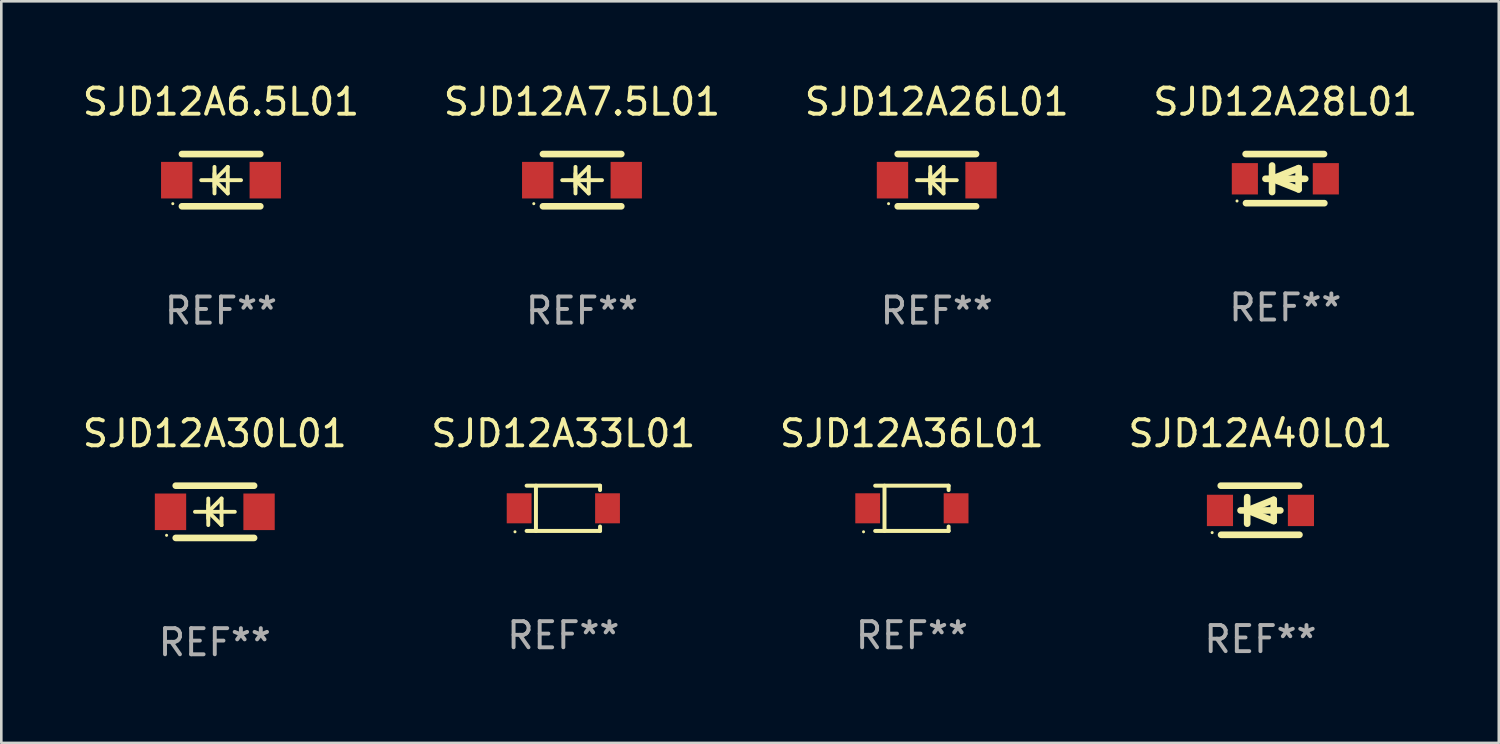
<source format=kicad_pcb>
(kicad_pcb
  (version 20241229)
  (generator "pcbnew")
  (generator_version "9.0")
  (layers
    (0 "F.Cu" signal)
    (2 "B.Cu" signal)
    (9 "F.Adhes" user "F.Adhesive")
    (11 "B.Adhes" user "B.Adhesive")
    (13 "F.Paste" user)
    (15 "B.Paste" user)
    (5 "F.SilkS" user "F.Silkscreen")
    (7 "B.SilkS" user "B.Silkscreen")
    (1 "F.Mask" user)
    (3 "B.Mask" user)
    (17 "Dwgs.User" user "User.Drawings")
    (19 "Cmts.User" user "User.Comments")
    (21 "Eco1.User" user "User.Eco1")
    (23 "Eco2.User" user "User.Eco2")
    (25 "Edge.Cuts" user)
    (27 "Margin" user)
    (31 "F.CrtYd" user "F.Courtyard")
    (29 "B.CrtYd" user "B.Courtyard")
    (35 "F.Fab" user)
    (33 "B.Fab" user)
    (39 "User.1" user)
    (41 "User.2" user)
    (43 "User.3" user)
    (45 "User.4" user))
  (footprint "SJD12A6.5L01"
    (layer "F.Cu")
    (at 5.411 3.848)
    (property "Reference" "SJD12A6.5L01" (at 0 -3 0) (layer "F.SilkS") (effects (font (size 1 1) (thickness 0.15))))
    (attr through_hole)
    (fp_line (start -1.495 -1) (end 1.505 -1) (stroke (width 0.254) (type solid)) (layer "F.SilkS"))
    (fp_line (start -1.495 1) (end 1.505 1) (stroke (width 0.254) (type solid)) (layer "F.SilkS"))
    (fp_line (start -0.757 0) (end 0.767 0) (stroke (width 0.15) (type solid)) (layer "F.SilkS"))
    (fp_line (start -0.249 -0.508) (end -0.249 0.508) (stroke (width 0.15) (type solid)) (layer "F.SilkS"))
    (fp_line (start -0.249 0) (end 0.259 -0.508) (stroke (width 0.15) (type solid)) (layer "F.SilkS"))
    (fp_line (start -0.249 0) (end 0.259 0.508) (stroke (width 0.15) (type solid)) (layer "F.SilkS"))
    (fp_line (start -0.249 0.254) (end -0.249 -0.254) (stroke (width 0.15) (type solid)) (layer "F.SilkS"))
    (fp_line (start 0.259 0.508) (end 0.259 -0.508) (stroke (width 0.15) (type solid)) (layer "F.SilkS"))
    (fp_circle (center -1.845 0.9) (end -1.815 0.9) (stroke (width 0.06) (type solid)) (fill no) (layer "F.SilkS"))
    (fp_text user "REF**" (at 0 5 0) (layer "F.Fab") (effects (font (size 1 1) (thickness 0.15))))
    (pad "1" smd rect (at -1.695 0) (size 1.2 1.4) (layers "F.Cu" "F.Mask" "F.Paste"))
    (pad "2" smd rect (at 1.695 0) (size 1.2 1.4) (layers "F.Cu" "F.Mask" "F.Paste")))
  (footprint "SJD12A33L01"
    (layer "F.Cu")
    (at 18.518 16.411)
    (property "Reference" "SJD12A33L01" (at 0 -2.866 0) (layer "F.SilkS") (effects (font (size 1 1) (thickness 0.15))))
    (attr through_hole)
    (fp_line (start -1.406 -0.866) (end 1.406 -0.866) (stroke (width 0.152) (type solid)) (layer "F.SilkS"))
    (fp_line (start -1.406 0.866) (end 1.406 0.866) (stroke (width 0.152) (type solid)) (layer "F.SilkS"))
    (fp_line (start -1.049 -0.866) (end -1.049 0.866) (stroke (width 0.152) (type solid)) (layer "F.SilkS"))
    (fp_line (start 1.406 -0.866) (end 1.406 -0.698) (stroke (width 0.152) (type solid)) (layer "F.SilkS"))
    (fp_line (start 1.406 0.866) (end 1.406 0.698) (stroke (width 0.152) (type solid)) (layer "F.SilkS"))
    (fp_circle (center -1.851 0.9) (end -1.821 0.9) (stroke (width 0.06) (type solid)) (fill no) (layer "F.SilkS"))
    (fp_text user "REF**" (at 0 4.866 0) (layer "F.Fab") (effects (font (size 1 1) (thickness 0.15))))
    (pad "1" smd rect (at -1.692 0) (size 0.95 1.15) (layers "F.Cu" "F.Mask" "F.Paste"))
    (pad "2" smd rect (at 1.692 0) (size 0.95 1.15) (layers "F.Cu" "F.Mask" "F.Paste")))
  (footprint "SJD12A36L01"
    (layer "F.Cu")
    (at 31.863 16.411)
    (property "Reference" "SJD12A36L01" (at 0 -2.866 0) (layer "F.SilkS") (effects (font (size 1 1) (thickness 0.15))))
    (attr through_hole)
    (fp_line (start -1.406 -0.866) (end 1.406 -0.866) (stroke (width 0.152) (type solid)) (layer "F.SilkS"))
    (fp_line (start -1.406 0.866) (end 1.406 0.866) (stroke (width 0.152) (type solid)) (layer "F.SilkS"))
    (fp_line (start -1.049 -0.866) (end -1.049 0.866) (stroke (width 0.152) (type solid)) (layer "F.SilkS"))
    (fp_line (start 1.406 -0.866) (end 1.406 -0.698) (stroke (width 0.152) (type solid)) (layer "F.SilkS"))
    (fp_line (start 1.406 0.866) (end 1.406 0.698) (stroke (width 0.152) (type solid)) (layer "F.SilkS"))
    (fp_circle (center -1.851 0.9) (end -1.821 0.9) (stroke (width 0.06) (type solid)) (fill no) (layer "F.SilkS"))
    (fp_text user "REF**" (at 0 4.866 0) (layer "F.Fab") (effects (font (size 1 1) (thickness 0.15))))
    (pad "1" smd rect (at -1.692 0) (size 0.95 1.15) (layers "F.Cu" "F.Mask" "F.Paste"))
    (pad "2" smd rect (at 1.692 0) (size 0.95 1.15) (layers "F.Cu" "F.Mask" "F.Paste")))
  (footprint "SJD12A40L01"
    (layer "F.Cu")
    (at 45.208 16.485)
    (property "Reference" "SJD12A40L01" (at 0 -2.94 0) (layer "F.SilkS") (effects (font (size 1 1) (thickness 0.15))))
    (attr through_hole)
    (fp_line (start -1.52 -0.94) (end 1.48 -0.94) (stroke (width 0.254) (type solid)) (layer "F.SilkS"))
    (fp_line (start -1.507 0.94) (end 1.493 0.94) (stroke (width 0.254) (type solid)) (layer "F.SilkS"))
    (fp_line (start -0.762 0.007) (end 0.762 0.007) (stroke (width 0.254) (type solid)) (layer "F.SilkS"))
    (fp_line (start -0.508 -0.501) (end -0.508 0.515) (stroke (width 0.254) (type solid)) (layer "F.SilkS"))
    (fp_line (start -0.508 0.007) (end 0.508 -0.4) (stroke (width 0.254) (type solid)) (layer "F.SilkS"))
    (fp_line (start 0.508 -0.4) (end 0.508 0.413) (stroke (width 0.254) (type solid)) (layer "F.SilkS"))
    (fp_line (start 0.508 0.413) (end -0.508 0.007) (stroke (width 0.254) (type solid)) (layer "F.SilkS"))
    (fp_circle (center -1.85 0.857) (end -1.82 0.857) (stroke (width 0.06) (type solid)) (fill no) (layer "F.SilkS"))
    (fp_text user "REF**" (at 0 4.94 0) (layer "F.Fab") (effects (font (size 1 1) (thickness 0.15))))
    (pad "1" smd rect (at -1.55 0.007) (size 1 1.2) (layers "F.Cu" "F.Mask" "F.Paste"))
    (pad "2" smd rect (at 1.55 0.007) (size 1 1.2) (layers "F.Cu" "F.Mask" "F.Paste")))
  (footprint "SJD12A26L01"
    (layer "F.Cu")
    (at 32.815 3.848)
    (property "Reference" "SJD12A26L01" (at 0 -3 0) (layer "F.SilkS") (effects (font (size 1 1) (thickness 0.15))))
    (attr through_hole)
    (fp_line (start -1.495 -1) (end 1.505 -1) (stroke (width 0.254) (type solid)) (layer "F.SilkS"))
    (fp_line (start -1.495 1) (end 1.505 1) (stroke (width 0.254) (type solid)) (layer "F.SilkS"))
    (fp_line (start -0.757 0) (end 0.767 0) (stroke (width 0.15) (type solid)) (layer "F.SilkS"))
    (fp_line (start -0.249 -0.508) (end -0.249 0.508) (stroke (width 0.15) (type solid)) (layer "F.SilkS"))
    (fp_line (start -0.249 0) (end 0.259 -0.508) (stroke (width 0.15) (type solid)) (layer "F.SilkS"))
    (fp_line (start -0.249 0) (end 0.259 0.508) (stroke (width 0.15) (type solid)) (layer "F.SilkS"))
    (fp_line (start -0.249 0.254) (end -0.249 -0.254) (stroke (width 0.15) (type solid)) (layer "F.SilkS"))
    (fp_line (start 0.259 0.508) (end 0.259 -0.508) (stroke (width 0.15) (type solid)) (layer "F.SilkS"))
    (fp_circle (center -1.845 0.9) (end -1.815 0.9) (stroke (width 0.06) (type solid)) (fill no) (layer "F.SilkS"))
    (fp_text user "REF**" (at 0 5 0) (layer "F.Fab") (effects (font (size 1 1) (thickness 0.15))))
    (pad "1" smd rect (at -1.695 0) (size 1.2 1.4) (layers "F.Cu" "F.Mask" "F.Paste"))
    (pad "2" smd rect (at 1.695 0) (size 1.2 1.4) (layers "F.Cu" "F.Mask" "F.Paste")))
  (footprint "SJD12A28L01"
    (layer "F.Cu")
    (at 46.161 3.788)
    (property "Reference" "SJD12A28L01" (at 0 -2.94 0) (layer "F.SilkS") (effects (font (size 1 1) (thickness 0.15))))
    (attr through_hole)
    (fp_line (start -1.52 -0.94) (end 1.48 -0.94) (stroke (width 0.254) (type solid)) (layer "F.SilkS"))
    (fp_line (start -1.507 0.94) (end 1.493 0.94) (stroke (width 0.254) (type solid)) (layer "F.SilkS"))
    (fp_line (start -0.762 0.007) (end 0.762 0.007) (stroke (width 0.254) (type solid)) (layer "F.SilkS"))
    (fp_line (start -0.508 -0.501) (end -0.508 0.515) (stroke (width 0.254) (type solid)) (layer "F.SilkS"))
    (fp_line (start -0.508 0.007) (end 0.508 -0.4) (stroke (width 0.254) (type solid)) (layer "F.SilkS"))
    (fp_line (start 0.508 -0.4) (end 0.508 0.413) (stroke (width 0.254) (type solid)) (layer "F.SilkS"))
    (fp_line (start 0.508 0.413) (end -0.508 0.007) (stroke (width 0.254) (type solid)) (layer "F.SilkS"))
    (fp_circle (center -1.85 0.857) (end -1.82 0.857) (stroke (width 0.06) (type solid)) (fill no) (layer "F.SilkS"))
    (fp_text user "REF**" (at 0 4.94 0) (layer "F.Fab") (effects (font (size 1 1) (thickness 0.15))))
    (pad "1" smd rect (at -1.55 0.007) (size 1 1.2) (layers "F.Cu" "F.Mask" "F.Paste"))
    (pad "2" smd rect (at 1.55 0.007) (size 1 1.2) (layers "F.Cu" "F.Mask" "F.Paste")))
  (footprint "SJD12A7.5L01"
    (layer "F.Cu")
    (at 19.232 3.848)
    (property "Reference" "SJD12A7.5L01" (at 0 -3 0) (layer "F.SilkS") (effects (font (size 1 1) (thickness 0.15))))
    (attr through_hole)
    (fp_line (start -1.495 -1) (end 1.505 -1) (stroke (width 0.254) (type solid)) (layer "F.SilkS"))
    (fp_line (start -1.495 1) (end 1.505 1) (stroke (width 0.254) (type solid)) (layer "F.SilkS"))
    (fp_line (start -0.757 0) (end 0.767 0) (stroke (width 0.15) (type solid)) (layer "F.SilkS"))
    (fp_line (start -0.249 -0.508) (end -0.249 0.508) (stroke (width 0.15) (type solid)) (layer "F.SilkS"))
    (fp_line (start -0.249 0) (end 0.259 -0.508) (stroke (width 0.15) (type solid)) (layer "F.SilkS"))
    (fp_line (start -0.249 0) (end 0.259 0.508) (stroke (width 0.15) (type solid)) (layer "F.SilkS"))
    (fp_line (start -0.249 0.254) (end -0.249 -0.254) (stroke (width 0.15) (type solid)) (layer "F.SilkS"))
    (fp_line (start 0.259 0.508) (end 0.259 -0.508) (stroke (width 0.15) (type solid)) (layer "F.SilkS"))
    (fp_circle (center -1.845 0.9) (end -1.815 0.9) (stroke (width 0.06) (type solid)) (fill no) (layer "F.SilkS"))
    (fp_text user "REF**" (at 0 5 0) (layer "F.Fab") (effects (font (size 1 1) (thickness 0.15))))
    (pad "1" smd rect (at -1.695 0) (size 1.2 1.4) (layers "F.Cu" "F.Mask" "F.Paste"))
    (pad "2" smd rect (at 1.695 0) (size 1.2 1.4) (layers "F.Cu" "F.Mask" "F.Paste")))
  (footprint "SJD12A30L01"
    (layer "F.Cu")
    (at 5.173 16.545)
    (property "Reference" "SJD12A30L01" (at 0 -3 0) (layer "F.SilkS") (effects (font (size 1 1) (thickness 0.15))))
    (attr through_hole)
    (fp_line (start -1.495 -1) (end 1.505 -1) (stroke (width 0.254) (type solid)) (layer "F.SilkS"))
    (fp_line (start -1.495 1) (end 1.505 1) (stroke (width 0.254) (type solid)) (layer "F.SilkS"))
    (fp_line (start -0.757 0) (end 0.767 0) (stroke (width 0.15) (type solid)) (layer "F.SilkS"))
    (fp_line (start -0.249 -0.508) (end -0.249 0.508) (stroke (width 0.15) (type solid)) (layer "F.SilkS"))
    (fp_line (start -0.249 0) (end 0.259 -0.508) (stroke (width 0.15) (type solid)) (layer "F.SilkS"))
    (fp_line (start -0.249 0) (end 0.259 0.508) (stroke (width 0.15) (type solid)) (layer "F.SilkS"))
    (fp_line (start -0.249 0.254) (end -0.249 -0.254) (stroke (width 0.15) (type solid)) (layer "F.SilkS"))
    (fp_line (start 0.259 0.508) (end 0.259 -0.508) (stroke (width 0.15) (type solid)) (layer "F.SilkS"))
    (fp_circle (center -1.845 0.9) (end -1.815 0.9) (stroke (width 0.06) (type solid)) (fill no) (layer "F.SilkS"))
    (fp_text user "REF**" (at 0 5 0) (layer "F.Fab") (effects (font (size 1 1) (thickness 0.15))))
    (pad "1" smd rect (at -1.695 0) (size 1.2 1.4) (layers "F.Cu" "F.Mask" "F.Paste"))
    (pad "2" smd rect (at 1.695 0) (size 1.2 1.4) (layers "F.Cu" "F.Mask" "F.Paste")))
  (gr_rect
    (start -3 -3)
    (end 54.333 25.393)
    (stroke (width 0.1) (type default))
    (fill no)
    (layer "Edge.Cuts")))
</source>
